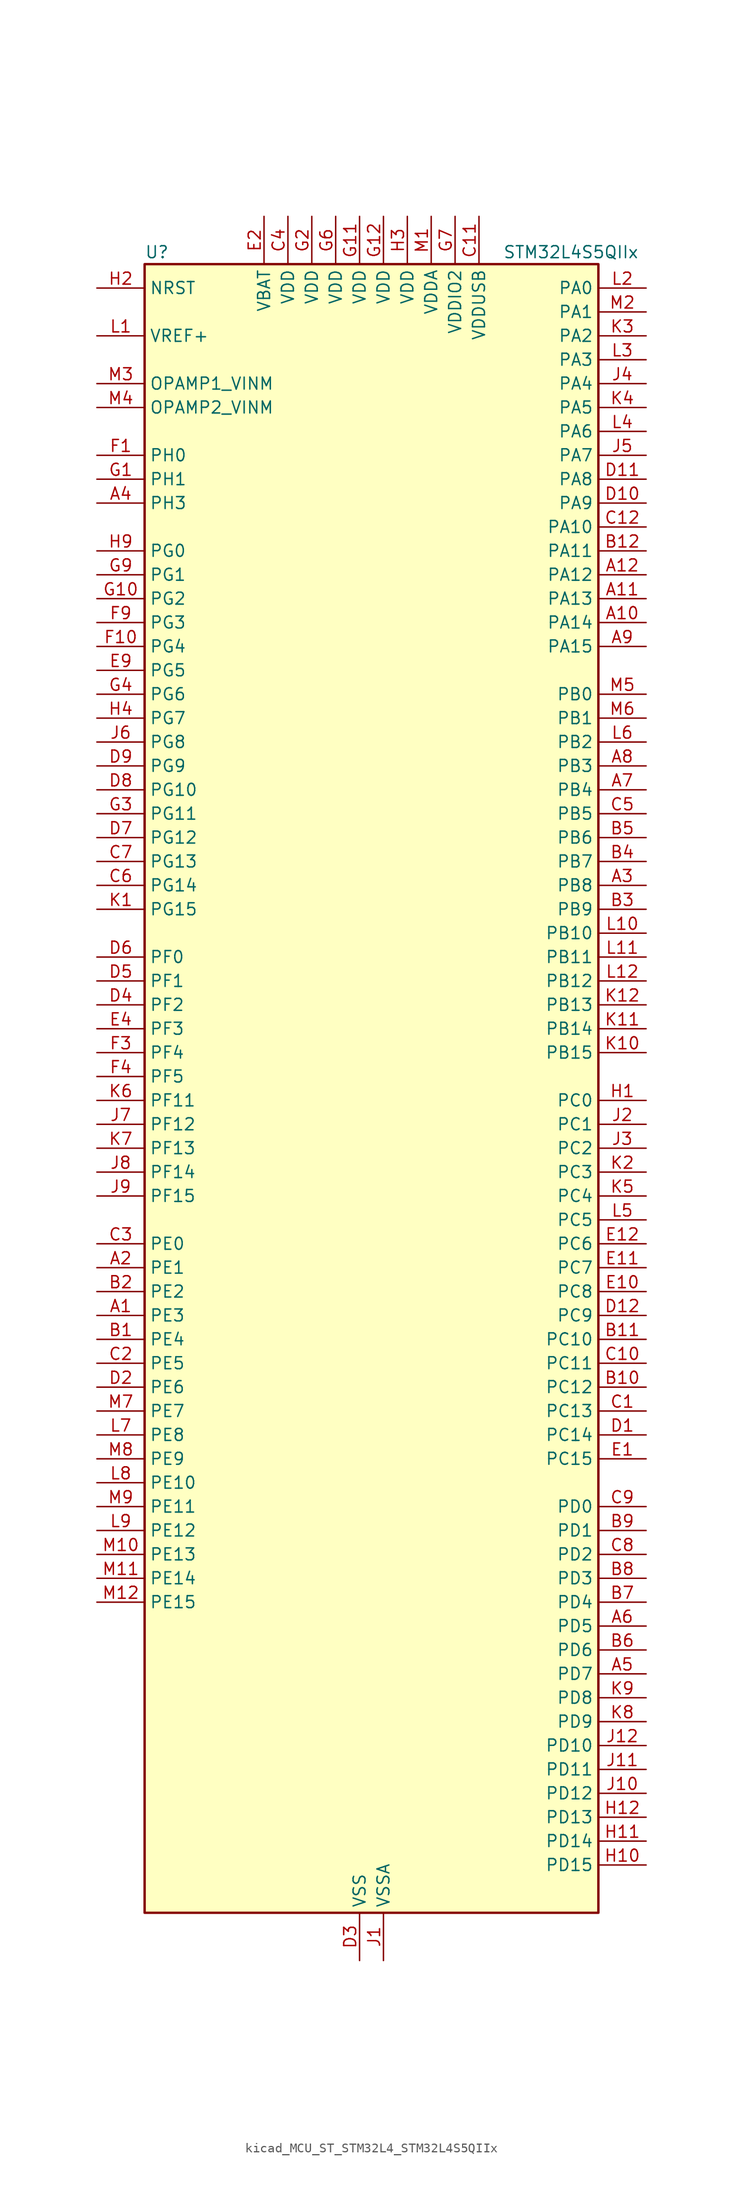
<source format=kicad_sym>
(kicad_symbol_lib
  (version 20220914)
  (generator kicad_symbol_editor)
  (symbol "kicad_MCU_ST_STM32L4_STM32L4S5QIIx"
    (property "Reference" "U"
      (at -22.86 90.17 0)
      (effects (font (size 1.27 1.27)) (justify left)))
    (property "Value" "STM32L4S5QIIx"
      (at 15.24 90.17 0)
      (effects (font (size 1.27 1.27)) (justify left)))
    (property "ki_locked" ""
      (at 0 0 0)
      (effects (font (size 1.27 1.27))))
    (symbol "kicad_MCU_ST_STM32L4_STM32L4S5QIIx_0_1"
      (rectangle (start -22.86 -86.36) (end 25.4 88.9) (stroke (width 0.254) (type default)) (fill (type background))))
    (symbol "kicad_MCU_ST_STM32L4_STM32L4S5QIIx_1_1"
      (pin bidirectional line (at -27.94 -22.86 0) (length 5.08) (name "PE3" (effects (font (size 1.27 1.27)))) (number "A1" (effects (font (size 1.27 1.27)))) (alternate "FMC_A19" bidirectional line) (alternate "OCTOSPIM_P1_DQS" bidirectional line) (alternate "SAI1_SD_B" bidirectional line) (alternate "SYS_TRACED0" bidirectional line) (alternate "TIM3_CH1" bidirectional line) (alternate "TSC_G7_IO2" bidirectional line))
      (pin bidirectional line (at 30.48 50.8 180) (length 5.08) (name "PA14" (effects (font (size 1.27 1.27)))) (number "A10" (effects (font (size 1.27 1.27)))) (alternate "I2C1_SMBA" bidirectional line) (alternate "I2C4_SMBA" bidirectional line) (alternate "LPTIM1_OUT" bidirectional line) (alternate "SAI1_FS_B" bidirectional line) (alternate "SYS_JTCK-SWCLK" bidirectional line) (alternate "USB_OTG_FS_SOF" bidirectional line))
      (pin bidirectional line (at 30.48 53.34 180) (length 5.08) (name "PA13" (effects (font (size 1.27 1.27)))) (number "A11" (effects (font (size 1.27 1.27)))) (alternate "IR_OUT" bidirectional line) (alternate "SAI1_SD_B" bidirectional line) (alternate "SYS_JTMS-SWDIO" bidirectional line) (alternate "USB_OTG_FS_NOE" bidirectional line))
      (pin bidirectional line (at 30.48 55.88 180) (length 5.08) (name "PA12" (effects (font (size 1.27 1.27)))) (number "A12" (effects (font (size 1.27 1.27)))) (alternate "CAN1_TX" bidirectional line) (alternate "SPI1_MOSI" bidirectional line) (alternate "TIM1_ETR" bidirectional line) (alternate "USART1_DE" bidirectional line) (alternate "USART1_RTS" bidirectional line) (alternate "USB_OTG_FS_DP" bidirectional line))
      (pin bidirectional line (at -27.94 -17.78 0) (length 5.08) (name "PE1" (effects (font (size 1.27 1.27)))) (number "A2" (effects (font (size 1.27 1.27)))) (alternate "DCMI_D3" bidirectional line) (alternate "FMC_NBL1" bidirectional line) (alternate "TIM17_CH1" bidirectional line))
      (pin bidirectional line (at 30.48 22.86 180) (length 5.08) (name "PB8" (effects (font (size 1.27 1.27)))) (number "A3" (effects (font (size 1.27 1.27)))) (alternate "CAN1_RX" bidirectional line) (alternate "DCMI_D6" bidirectional line) (alternate "DFSDM1_CKOUT" bidirectional line) (alternate "DFSDM1_DATIN6" bidirectional line) (alternate "I2C1_SCL" bidirectional line) (alternate "SAI1_CK1" bidirectional line) (alternate "SAI1_MCLK_A" bidirectional line) (alternate "SDMMC1_CKIN" bidirectional line) (alternate "SDMMC1_D4" bidirectional line) (alternate "TIM16_CH1" bidirectional line) (alternate "TIM4_CH3" bidirectional line))
      (pin bidirectional line (at -27.94 63.5 0) (length 5.08) (name "PH3" (effects (font (size 1.27 1.27)))) (number "A4" (effects (font (size 1.27 1.27)))))
      (pin bidirectional line (at 30.48 -60.96 180) (length 5.08) (name "PD7" (effects (font (size 1.27 1.27)))) (number "A5" (effects (font (size 1.27 1.27)))) (alternate "DFSDM1_CKIN1" bidirectional line) (alternate "FMC_NCE" bidirectional line) (alternate "FMC_NE1" bidirectional line) (alternate "OCTOSPIM_P1_IO7" bidirectional line) (alternate "USART2_CK" bidirectional line))
      (pin bidirectional line (at 30.48 -55.88 180) (length 5.08) (name "PD5" (effects (font (size 1.27 1.27)))) (number "A6" (effects (font (size 1.27 1.27)))) (alternate "FMC_NWE" bidirectional line) (alternate "OCTOSPIM_P1_IO5" bidirectional line) (alternate "USART2_TX" bidirectional line))
      (pin bidirectional line (at 30.48 33.02 180) (length 5.08) (name "PB4" (effects (font (size 1.27 1.27)))) (number "A7" (effects (font (size 1.27 1.27)))) (alternate "COMP2_INP" bidirectional line) (alternate "DCMI_D12" bidirectional line) (alternate "I2C3_SDA" bidirectional line) (alternate "SAI1_MCLK_B" bidirectional line) (alternate "SPI1_MISO" bidirectional line) (alternate "SPI3_MISO" bidirectional line) (alternate "SYS_JTRST" bidirectional line) (alternate "TIM17_BKIN" bidirectional line) (alternate "TIM3_CH1" bidirectional line) (alternate "TSC_G2_IO1" bidirectional line) (alternate "UART5_DE" bidirectional line) (alternate "UART5_RTS" bidirectional line) (alternate "USART1_CTS" bidirectional line) (alternate "USART1_NSS" bidirectional line))
      (pin bidirectional line (at 30.48 35.56 180) (length 5.08) (name "PB3" (effects (font (size 1.27 1.27)))) (number "A8" (effects (font (size 1.27 1.27)))) (alternate "COMP2_INM" bidirectional line) (alternate "CRS_SYNC" bidirectional line) (alternate "SAI1_SCK_B" bidirectional line) (alternate "SPI1_SCK" bidirectional line) (alternate "SPI3_SCK" bidirectional line) (alternate "SYS_JTDO-SWO" bidirectional line) (alternate "TIM2_CH2" bidirectional line) (alternate "USART1_DE" bidirectional line) (alternate "USART1_RTS" bidirectional line))
      (pin bidirectional line (at 30.48 48.26 180) (length 5.08) (name "PA15" (effects (font (size 1.27 1.27)))) (number "A9" (effects (font (size 1.27 1.27)))) (alternate "ADC1_EXTI15" bidirectional line) (alternate "SAI2_FS_B" bidirectional line) (alternate "SPI1_NSS" bidirectional line) (alternate "SPI3_NSS" bidirectional line) (alternate "SYS_JTDI" bidirectional line) (alternate "TIM2_CH1" bidirectional line) (alternate "TIM2_ETR" bidirectional line) (alternate "TSC_G3_IO1" bidirectional line) (alternate "UART4_DE" bidirectional line) (alternate "UART4_RTS" bidirectional line) (alternate "USART2_RX" bidirectional line) (alternate "USART3_DE" bidirectional line) (alternate "USART3_RTS" bidirectional line))
      (pin bidirectional line (at -27.94 -25.4 0) (length 5.08) (name "PE4" (effects (font (size 1.27 1.27)))) (number "B1" (effects (font (size 1.27 1.27)))) (alternate "DCMI_D4" bidirectional line) (alternate "DFSDM1_DATIN3" bidirectional line) (alternate "FMC_A20" bidirectional line) (alternate "SAI1_D2" bidirectional line) (alternate "SAI1_FS_A" bidirectional line) (alternate "SYS_TRACED1" bidirectional line) (alternate "TIM3_CH2" bidirectional line) (alternate "TSC_G7_IO3" bidirectional line))
      (pin bidirectional line (at 30.48 -30.48 180) (length 5.08) (name "PC12" (effects (font (size 1.27 1.27)))) (number "B10" (effects (font (size 1.27 1.27)))) (alternate "DCMI_D9" bidirectional line) (alternate "SAI2_SD_B" bidirectional line) (alternate "SDMMC1_CK" bidirectional line) (alternate "SPI3_MOSI" bidirectional line) (alternate "SYS_TRACED3" bidirectional line) (alternate "TSC_G3_IO4" bidirectional line) (alternate "UART5_TX" bidirectional line) (alternate "USART3_CK" bidirectional line))
      (pin bidirectional line (at 30.48 -25.4 180) (length 5.08) (name "PC10" (effects (font (size 1.27 1.27)))) (number "B11" (effects (font (size 1.27 1.27)))) (alternate "DCMI_D8" bidirectional line) (alternate "SAI2_SCK_B" bidirectional line) (alternate "SDMMC1_D2" bidirectional line) (alternate "SPI3_SCK" bidirectional line) (alternate "SYS_TRACED1" bidirectional line) (alternate "TSC_G3_IO2" bidirectional line) (alternate "UART4_TX" bidirectional line) (alternate "USART3_TX" bidirectional line))
      (pin bidirectional line (at 30.48 58.42 180) (length 5.08) (name "PA11" (effects (font (size 1.27 1.27)))) (number "B12" (effects (font (size 1.27 1.27)))) (alternate "ADC1_EXTI11" bidirectional line) (alternate "CAN1_RX" bidirectional line) (alternate "SPI1_MISO" bidirectional line) (alternate "TIM1_BKIN2" bidirectional line) (alternate "TIM1_CH4" bidirectional line) (alternate "USART1_CTS" bidirectional line) (alternate "USART1_NSS" bidirectional line) (alternate "USB_OTG_FS_DM" bidirectional line))
      (pin bidirectional line (at -27.94 -20.32 0) (length 5.08) (name "PE2" (effects (font (size 1.27 1.27)))) (number "B2" (effects (font (size 1.27 1.27)))) (alternate "FMC_A23" bidirectional line) (alternate "SAI1_CK1" bidirectional line) (alternate "SAI1_MCLK_A" bidirectional line) (alternate "SYS_TRACECLK" bidirectional line) (alternate "TIM3_ETR" bidirectional line) (alternate "TSC_G7_IO1" bidirectional line))
      (pin bidirectional line (at 30.48 20.32 180) (length 5.08) (name "PB9" (effects (font (size 1.27 1.27)))) (number "B3" (effects (font (size 1.27 1.27)))) (alternate "CAN1_TX" bidirectional line) (alternate "DAC1_EXTI9" bidirectional line) (alternate "DCMI_D7" bidirectional line) (alternate "DFSDM1_CKIN6" bidirectional line) (alternate "I2C1_SDA" bidirectional line) (alternate "IR_OUT" bidirectional line) (alternate "SAI1_D2" bidirectional line) (alternate "SAI1_FS_A" bidirectional line) (alternate "SDMMC1_CDIR" bidirectional line) (alternate "SDMMC1_D5" bidirectional line) (alternate "SPI2_NSS" bidirectional line) (alternate "TIM17_CH1" bidirectional line) (alternate "TIM4_CH4" bidirectional line))
      (pin bidirectional line (at 30.48 25.4 180) (length 5.08) (name "PB7" (effects (font (size 1.27 1.27)))) (number "B4" (effects (font (size 1.27 1.27)))) (alternate "COMP2_INM" bidirectional line) (alternate "DCMI_VSYNC" bidirectional line) (alternate "DFSDM1_CKIN5" bidirectional line) (alternate "FMC_NL" bidirectional line) (alternate "I2C1_SDA" bidirectional line) (alternate "I2C4_SDA" bidirectional line) (alternate "LPTIM1_IN2" bidirectional line) (alternate "SYS_PVD_IN" bidirectional line) (alternate "TIM17_CH1N" bidirectional line) (alternate "TIM4_CH2" bidirectional line) (alternate "TIM8_BKIN" bidirectional line) (alternate "TSC_G2_IO4" bidirectional line) (alternate "UART4_CTS" bidirectional line) (alternate "USART1_RX" bidirectional line))
      (pin bidirectional line (at 30.48 27.94 180) (length 5.08) (name "PB6" (effects (font (size 1.27 1.27)))) (number "B5" (effects (font (size 1.27 1.27)))) (alternate "COMP2_INP" bidirectional line) (alternate "DCMI_D5" bidirectional line) (alternate "DFSDM1_DATIN5" bidirectional line) (alternate "I2C1_SCL" bidirectional line) (alternate "I2C4_SCL" bidirectional line) (alternate "LPTIM1_ETR" bidirectional line) (alternate "SAI1_FS_B" bidirectional line) (alternate "TIM16_CH1N" bidirectional line) (alternate "TIM4_CH1" bidirectional line) (alternate "TIM8_BKIN2" bidirectional line) (alternate "TSC_G2_IO3" bidirectional line) (alternate "USART1_TX" bidirectional line))
      (pin bidirectional line (at 30.48 -58.42 180) (length 5.08) (name "PD6" (effects (font (size 1.27 1.27)))) (number "B6" (effects (font (size 1.27 1.27)))) (alternate "DCMI_D10" bidirectional line) (alternate "DFSDM1_DATIN1" bidirectional line) (alternate "FMC_NWAIT" bidirectional line) (alternate "OCTOSPIM_P1_IO6" bidirectional line) (alternate "SAI1_D1" bidirectional line) (alternate "SAI1_SD_A" bidirectional line) (alternate "SPI3_MOSI" bidirectional line) (alternate "USART2_RX" bidirectional line))
      (pin bidirectional line (at 30.48 -53.34 180) (length 5.08) (name "PD4" (effects (font (size 1.27 1.27)))) (number "B7" (effects (font (size 1.27 1.27)))) (alternate "DFSDM1_CKIN0" bidirectional line) (alternate "FMC_NOE" bidirectional line) (alternate "OCTOSPIM_P1_IO4" bidirectional line) (alternate "SPI2_MOSI" bidirectional line) (alternate "USART2_DE" bidirectional line) (alternate "USART2_RTS" bidirectional line))
      (pin bidirectional line (at 30.48 -50.8 180) (length 5.08) (name "PD3" (effects (font (size 1.27 1.27)))) (number "B8" (effects (font (size 1.27 1.27)))) (alternate "DCMI_D5" bidirectional line) (alternate "DFSDM1_DATIN0" bidirectional line) (alternate "FMC_CLK" bidirectional line) (alternate "OCTOSPIM_P2_NCS" bidirectional line) (alternate "SPI2_MISO" bidirectional line) (alternate "SPI2_SCK" bidirectional line) (alternate "USART2_CTS" bidirectional line) (alternate "USART2_NSS" bidirectional line))
      (pin bidirectional line (at 30.48 -45.72 180) (length 5.08) (name "PD1" (effects (font (size 1.27 1.27)))) (number "B9" (effects (font (size 1.27 1.27)))) (alternate "CAN1_TX" bidirectional line) (alternate "DFSDM1_CKIN7" bidirectional line) (alternate "FMC_D3" bidirectional line) (alternate "FMC_DA3" bidirectional line) (alternate "SPI2_SCK" bidirectional line))
      (pin bidirectional line (at 30.48 -33.02 180) (length 5.08) (name "PC13" (effects (font (size 1.27 1.27)))) (number "C1" (effects (font (size 1.27 1.27)))) (alternate "RTC_OUT_ALARM" bidirectional line) (alternate "RTC_OUT_CALIB" bidirectional line) (alternate "RTC_TAMP1" bidirectional line) (alternate "RTC_TS" bidirectional line) (alternate "SYS_WKUP2" bidirectional line))
      (pin bidirectional line (at 30.48 -27.94 180) (length 5.08) (name "PC11" (effects (font (size 1.27 1.27)))) (number "C10" (effects (font (size 1.27 1.27)))) (alternate "ADC1_EXTI11" bidirectional line) (alternate "DCMI_D2" bidirectional line) (alternate "DCMI_D4" bidirectional line) (alternate "OCTOSPIM_P1_NCS" bidirectional line) (alternate "SAI2_MCLK_B" bidirectional line) (alternate "SDMMC1_D3" bidirectional line) (alternate "SPI3_MISO" bidirectional line) (alternate "TSC_G3_IO3" bidirectional line) (alternate "UART4_RX" bidirectional line) (alternate "USART3_RX" bidirectional line))
      (pin power_in line (at 12.7 93.98 270) (length 5.08) (name "VDDUSB" (effects (font (size 1.27 1.27)))) (number "C11" (effects (font (size 1.27 1.27)))))
      (pin bidirectional line (at 30.48 60.96 180) (length 5.08) (name "PA10" (effects (font (size 1.27 1.27)))) (number "C12" (effects (font (size 1.27 1.27)))) (alternate "DCMI_D1" bidirectional line) (alternate "SAI1_D1" bidirectional line) (alternate "SAI1_SD_A" bidirectional line) (alternate "TIM17_BKIN" bidirectional line) (alternate "TIM1_CH3" bidirectional line) (alternate "USART1_RX" bidirectional line) (alternate "USB_OTG_FS_ID" bidirectional line))
      (pin bidirectional line (at -27.94 -27.94 0) (length 5.08) (name "PE5" (effects (font (size 1.27 1.27)))) (number "C2" (effects (font (size 1.27 1.27)))) (alternate "DCMI_D6" bidirectional line) (alternate "DFSDM1_CKIN3" bidirectional line) (alternate "FMC_A21" bidirectional line) (alternate "SAI1_CK2" bidirectional line) (alternate "SAI1_SCK_A" bidirectional line) (alternate "SYS_TRACED2" bidirectional line) (alternate "TIM3_CH3" bidirectional line) (alternate "TSC_G7_IO4" bidirectional line))
      (pin bidirectional line (at -27.94 -15.24 0) (length 5.08) (name "PE0" (effects (font (size 1.27 1.27)))) (number "C3" (effects (font (size 1.27 1.27)))) (alternate "DCMI_D2" bidirectional line) (alternate "FMC_NBL0" bidirectional line) (alternate "TIM16_CH1" bidirectional line) (alternate "TIM4_ETR" bidirectional line))
      (pin power_in line (at -7.62 93.98 270) (length 5.08) (name "VDD" (effects (font (size 1.27 1.27)))) (number "C4" (effects (font (size 1.27 1.27)))))
      (pin bidirectional line (at 30.48 30.48 180) (length 5.08) (name "PB5" (effects (font (size 1.27 1.27)))) (number "C5" (effects (font (size 1.27 1.27)))) (alternate "COMP2_OUT" bidirectional line) (alternate "DCMI_D10" bidirectional line) (alternate "I2C1_SMBA" bidirectional line) (alternate "LPTIM1_IN1" bidirectional line) (alternate "SAI1_SD_B" bidirectional line) (alternate "SPI1_MOSI" bidirectional line) (alternate "SPI3_MOSI" bidirectional line) (alternate "TIM16_BKIN" bidirectional line) (alternate "TIM3_CH2" bidirectional line) (alternate "TSC_G2_IO2" bidirectional line) (alternate "UART5_CTS" bidirectional line) (alternate "USART1_CK" bidirectional line))
      (pin bidirectional line (at -27.94 22.86 0) (length 5.08) (name "PG14" (effects (font (size 1.27 1.27)))) (number "C6" (effects (font (size 1.27 1.27)))) (alternate "FMC_A25" bidirectional line) (alternate "I2C1_SCL" bidirectional line))
      (pin bidirectional line (at -27.94 25.4 0) (length 5.08) (name "PG13" (effects (font (size 1.27 1.27)))) (number "C7" (effects (font (size 1.27 1.27)))) (alternate "FMC_A24" bidirectional line) (alternate "I2C1_SDA" bidirectional line) (alternate "USART1_CK" bidirectional line))
      (pin bidirectional line (at 30.48 -48.26 180) (length 5.08) (name "PD2" (effects (font (size 1.27 1.27)))) (number "C8" (effects (font (size 1.27 1.27)))) (alternate "DCMI_D11" bidirectional line) (alternate "SDMMC1_CMD" bidirectional line) (alternate "SYS_TRACED2" bidirectional line) (alternate "TIM3_ETR" bidirectional line) (alternate "TSC_SYNC" bidirectional line) (alternate "UART5_RX" bidirectional line) (alternate "USART3_DE" bidirectional line) (alternate "USART3_RTS" bidirectional line))
      (pin bidirectional line (at 30.48 -43.18 180) (length 5.08) (name "PD0" (effects (font (size 1.27 1.27)))) (number "C9" (effects (font (size 1.27 1.27)))) (alternate "CAN1_RX" bidirectional line) (alternate "DFSDM1_DATIN7" bidirectional line) (alternate "FMC_D2" bidirectional line) (alternate "FMC_DA2" bidirectional line) (alternate "SPI2_NSS" bidirectional line))
      (pin bidirectional line (at 30.48 -35.56 180) (length 5.08) (name "PC14" (effects (font (size 1.27 1.27)))) (number "D1" (effects (font (size 1.27 1.27)))) (alternate "RCC_OSC32_IN" bidirectional line))
      (pin bidirectional line (at 30.48 63.5 180) (length 5.08) (name "PA9" (effects (font (size 1.27 1.27)))) (number "D10" (effects (font (size 1.27 1.27)))) (alternate "DAC1_EXTI9" bidirectional line) (alternate "DCMI_D0" bidirectional line) (alternate "SAI1_FS_A" bidirectional line) (alternate "SPI2_SCK" bidirectional line) (alternate "TIM15_BKIN" bidirectional line) (alternate "TIM1_CH2" bidirectional line) (alternate "USART1_TX" bidirectional line) (alternate "USB_OTG_FS_VBUS" bidirectional line))
      (pin bidirectional line (at 30.48 66.04 180) (length 5.08) (name "PA8" (effects (font (size 1.27 1.27)))) (number "D11" (effects (font (size 1.27 1.27)))) (alternate "LPTIM2_OUT" bidirectional line) (alternate "RCC_MCO" bidirectional line) (alternate "SAI1_CK2" bidirectional line) (alternate "SAI1_SCK_A" bidirectional line) (alternate "TIM1_CH1" bidirectional line) (alternate "USART1_CK" bidirectional line) (alternate "USB_OTG_FS_SOF" bidirectional line))
      (pin bidirectional line (at 30.48 -22.86 180) (length 5.08) (name "PC9" (effects (font (size 1.27 1.27)))) (number "D12" (effects (font (size 1.27 1.27)))) (alternate "DAC1_EXTI9" bidirectional line) (alternate "DCMI_D3" bidirectional line) (alternate "I2C3_SDA" bidirectional line) (alternate "SAI2_EXTCLK" bidirectional line) (alternate "SDMMC1_D1" bidirectional line) (alternate "SYS_TRACED0" bidirectional line) (alternate "TIM3_CH4" bidirectional line) (alternate "TIM8_BKIN2" bidirectional line) (alternate "TIM8_CH4" bidirectional line) (alternate "TSC_G4_IO4" bidirectional line) (alternate "USB_OTG_FS_NOE" bidirectional line))
      (pin bidirectional line (at -27.94 -30.48 0) (length 5.08) (name "PE6" (effects (font (size 1.27 1.27)))) (number "D2" (effects (font (size 1.27 1.27)))) (alternate "DCMI_D7" bidirectional line) (alternate "FMC_A22" bidirectional line) (alternate "RTC_TAMP3" bidirectional line) (alternate "SAI1_D1" bidirectional line) (alternate "SAI1_SD_A" bidirectional line) (alternate "SYS_TRACED3" bidirectional line) (alternate "SYS_WKUP3" bidirectional line) (alternate "TIM3_CH4" bidirectional line))
      (pin power_in line (at 0 -91.44 90) (length 5.08) (name "VSS" (effects (font (size 1.27 1.27)))) (number "D3" (effects (font (size 1.27 1.27)))))
      (pin bidirectional line (at -27.94 10.16 0) (length 5.08) (name "PF2" (effects (font (size 1.27 1.27)))) (number "D4" (effects (font (size 1.27 1.27)))) (alternate "FMC_A2" bidirectional line) (alternate "I2C2_SMBA" bidirectional line) (alternate "OCTOSPIM_P2_IO2" bidirectional line))
      (pin bidirectional line (at -27.94 12.7 0) (length 5.08) (name "PF1" (effects (font (size 1.27 1.27)))) (number "D5" (effects (font (size 1.27 1.27)))) (alternate "FMC_A1" bidirectional line) (alternate "I2C2_SCL" bidirectional line) (alternate "OCTOSPIM_P2_IO1" bidirectional line))
      (pin bidirectional line (at -27.94 15.24 0) (length 5.08) (name "PF0" (effects (font (size 1.27 1.27)))) (number "D6" (effects (font (size 1.27 1.27)))) (alternate "FMC_A0" bidirectional line) (alternate "I2C2_SDA" bidirectional line) (alternate "OCTOSPIM_P2_IO0" bidirectional line))
      (pin bidirectional line (at -27.94 27.94 0) (length 5.08) (name "PG12" (effects (font (size 1.27 1.27)))) (number "D7" (effects (font (size 1.27 1.27)))) (alternate "FMC_NE4" bidirectional line) (alternate "LPTIM1_ETR" bidirectional line) (alternate "OCTOSPIM_P2_NCS" bidirectional line) (alternate "SAI2_SD_A" bidirectional line) (alternate "SPI3_NSS" bidirectional line) (alternate "USART1_DE" bidirectional line) (alternate "USART1_RTS" bidirectional line))
      (pin bidirectional line (at -27.94 33.02 0) (length 5.08) (name "PG10" (effects (font (size 1.27 1.27)))) (number "D8" (effects (font (size 1.27 1.27)))) (alternate "FMC_NE3" bidirectional line) (alternate "LPTIM1_IN1" bidirectional line) (alternate "OCTOSPIM_P2_IO7" bidirectional line) (alternate "SAI2_FS_A" bidirectional line) (alternate "SPI3_MISO" bidirectional line) (alternate "TIM15_CH1" bidirectional line) (alternate "USART1_RX" bidirectional line))
      (pin bidirectional line (at -27.94 35.56 0) (length 5.08) (name "PG9" (effects (font (size 1.27 1.27)))) (number "D9" (effects (font (size 1.27 1.27)))) (alternate "DAC1_EXTI9" bidirectional line) (alternate "FMC_NCE" bidirectional line) (alternate "FMC_NE2" bidirectional line) (alternate "OCTOSPIM_P2_IO6" bidirectional line) (alternate "SAI2_SCK_A" bidirectional line) (alternate "SPI3_SCK" bidirectional line) (alternate "TIM15_CH1N" bidirectional line) (alternate "USART1_TX" bidirectional line))
      (pin bidirectional line (at 30.48 -38.1 180) (length 5.08) (name "PC15" (effects (font (size 1.27 1.27)))) (number "E1" (effects (font (size 1.27 1.27)))) (alternate "ADC1_EXTI15" bidirectional line) (alternate "RCC_OSC32_OUT" bidirectional line))
      (pin bidirectional line (at 30.48 -20.32 180) (length 5.08) (name "PC8" (effects (font (size 1.27 1.27)))) (number "E10" (effects (font (size 1.27 1.27)))) (alternate "DCMI_D2" bidirectional line) (alternate "SDMMC1_D0" bidirectional line) (alternate "TIM3_CH3" bidirectional line) (alternate "TIM8_CH3" bidirectional line) (alternate "TSC_G4_IO3" bidirectional line))
      (pin bidirectional line (at 30.48 -17.78 180) (length 5.08) (name "PC7" (effects (font (size 1.27 1.27)))) (number "E11" (effects (font (size 1.27 1.27)))) (alternate "DCMI_D1" bidirectional line) (alternate "DFSDM1_DATIN3" bidirectional line) (alternate "SAI2_MCLK_B" bidirectional line) (alternate "SDMMC1_D123DIR" bidirectional line) (alternate "SDMMC1_D7" bidirectional line) (alternate "TIM3_CH2" bidirectional line) (alternate "TIM8_CH2" bidirectional line) (alternate "TSC_G4_IO2" bidirectional line))
      (pin bidirectional line (at 30.48 -15.24 180) (length 5.08) (name "PC6" (effects (font (size 1.27 1.27)))) (number "E12" (effects (font (size 1.27 1.27)))) (alternate "DCMI_D0" bidirectional line) (alternate "DFSDM1_CKIN3" bidirectional line) (alternate "SAI2_MCLK_A" bidirectional line) (alternate "SDMMC1_D0DIR" bidirectional line) (alternate "SDMMC1_D6" bidirectional line) (alternate "TIM3_CH1" bidirectional line) (alternate "TIM8_CH1" bidirectional line) (alternate "TSC_G4_IO1" bidirectional line))
      (pin power_in line (at -10.16 93.98 270) (length 5.08) (name "VBAT" (effects (font (size 1.27 1.27)))) (number "E2" (effects (font (size 1.27 1.27)))))
      (pin passive line (at 0 -91.44 90) (length 5.08) hide (name "VSS" (effects (font (size 1.27 1.27)))) (number "E3" (effects (font (size 1.27 1.27)))))
      (pin bidirectional line (at -27.94 7.62 0) (length 5.08) (name "PF3" (effects (font (size 1.27 1.27)))) (number "E4" (effects (font (size 1.27 1.27)))) (alternate "FMC_A3" bidirectional line) (alternate "OCTOSPIM_P2_IO3" bidirectional line))
      (pin bidirectional line (at -27.94 45.72 0) (length 5.08) (name "PG5" (effects (font (size 1.27 1.27)))) (number "E9" (effects (font (size 1.27 1.27)))) (alternate "FMC_A15" bidirectional line) (alternate "LPUART1_CTS" bidirectional line) (alternate "SAI2_SD_B" bidirectional line) (alternate "SPI1_NSS" bidirectional line))
      (pin bidirectional line (at -27.94 68.58 0) (length 5.08) (name "PH0" (effects (font (size 1.27 1.27)))) (number "F1" (effects (font (size 1.27 1.27)))) (alternate "RCC_OSC_IN" bidirectional line))
      (pin bidirectional line (at -27.94 48.26 0) (length 5.08) (name "PG4" (effects (font (size 1.27 1.27)))) (number "F10" (effects (font (size 1.27 1.27)))) (alternate "FMC_A14" bidirectional line) (alternate "SAI2_MCLK_B" bidirectional line) (alternate "SPI1_MOSI" bidirectional line))
      (pin passive line (at 0 -91.44 90) (length 5.08) hide (name "VSS" (effects (font (size 1.27 1.27)))) (number "F11" (effects (font (size 1.27 1.27)))))
      (pin passive line (at 0 -91.44 90) (length 5.08) hide (name "VSS" (effects (font (size 1.27 1.27)))) (number "F12" (effects (font (size 1.27 1.27)))))
      (pin passive line (at 0 -91.44 90) (length 5.08) hide (name "VSS" (effects (font (size 1.27 1.27)))) (number "F2" (effects (font (size 1.27 1.27)))))
      (pin bidirectional line (at -27.94 5.08 0) (length 5.08) (name "PF4" (effects (font (size 1.27 1.27)))) (number "F3" (effects (font (size 1.27 1.27)))) (alternate "FMC_A4" bidirectional line) (alternate "OCTOSPIM_P2_CLK" bidirectional line))
      (pin bidirectional line (at -27.94 2.54 0) (length 5.08) (name "PF5" (effects (font (size 1.27 1.27)))) (number "F4" (effects (font (size 1.27 1.27)))) (alternate "FMC_A5" bidirectional line))
      (pin passive line (at 0 -91.44 90) (length 5.08) hide (name "VSS" (effects (font (size 1.27 1.27)))) (number "F6" (effects (font (size 1.27 1.27)))))
      (pin passive line (at 0 -91.44 90) (length 5.08) hide (name "VSS" (effects (font (size 1.27 1.27)))) (number "F7" (effects (font (size 1.27 1.27)))))
      (pin bidirectional line (at -27.94 50.8 0) (length 5.08) (name "PG3" (effects (font (size 1.27 1.27)))) (number "F9" (effects (font (size 1.27 1.27)))) (alternate "FMC_A13" bidirectional line) (alternate "SAI2_FS_B" bidirectional line) (alternate "SPI1_MISO" bidirectional line))
      (pin bidirectional line (at -27.94 66.04 0) (length 5.08) (name "PH1" (effects (font (size 1.27 1.27)))) (number "G1" (effects (font (size 1.27 1.27)))) (alternate "RCC_OSC_OUT" bidirectional line))
      (pin bidirectional line (at -27.94 53.34 0) (length 5.08) (name "PG2" (effects (font (size 1.27 1.27)))) (number "G10" (effects (font (size 1.27 1.27)))) (alternate "FMC_A12" bidirectional line) (alternate "SAI2_SCK_B" bidirectional line) (alternate "SPI1_SCK" bidirectional line))
      (pin power_in line (at 0 93.98 270) (length 5.08) (name "VDD" (effects (font (size 1.27 1.27)))) (number "G11" (effects (font (size 1.27 1.27)))))
      (pin power_in line (at 2.54 93.98 270) (length 5.08) (name "VDD" (effects (font (size 1.27 1.27)))) (number "G12" (effects (font (size 1.27 1.27)))))
      (pin power_in line (at -5.08 93.98 270) (length 5.08) (name "VDD" (effects (font (size 1.27 1.27)))) (number "G2" (effects (font (size 1.27 1.27)))))
      (pin bidirectional line (at -27.94 30.48 0) (length 5.08) (name "PG11" (effects (font (size 1.27 1.27)))) (number "G3" (effects (font (size 1.27 1.27)))) (alternate "ADC1_EXTI11" bidirectional line) (alternate "LPTIM1_IN2" bidirectional line) (alternate "OCTOSPIM_P1_IO5" bidirectional line) (alternate "SAI2_MCLK_A" bidirectional line) (alternate "SPI3_MOSI" bidirectional line) (alternate "TIM15_CH2" bidirectional line) (alternate "USART1_CTS" bidirectional line) (alternate "USART1_NSS" bidirectional line))
      (pin bidirectional line (at -27.94 43.18 0) (length 5.08) (name "PG6" (effects (font (size 1.27 1.27)))) (number "G4" (effects (font (size 1.27 1.27)))) (alternate "I2C3_SMBA" bidirectional line) (alternate "LPUART1_DE" bidirectional line) (alternate "LPUART1_RTS" bidirectional line) (alternate "OCTOSPIM_P1_DQS" bidirectional line))
      (pin power_in line (at -2.54 93.98 270) (length 5.08) (name "VDD" (effects (font (size 1.27 1.27)))) (number "G6" (effects (font (size 1.27 1.27)))))
      (pin power_in line (at 10.16 93.98 270) (length 5.08) (name "VDDIO2" (effects (font (size 1.27 1.27)))) (number "G7" (effects (font (size 1.27 1.27)))))
      (pin bidirectional line (at -27.94 55.88 0) (length 5.08) (name "PG1" (effects (font (size 1.27 1.27)))) (number "G9" (effects (font (size 1.27 1.27)))) (alternate "FMC_A11" bidirectional line) (alternate "OCTOSPIM_P2_IO5" bidirectional line) (alternate "TSC_G8_IO4" bidirectional line))
      (pin bidirectional line (at 30.48 0 180) (length 5.08) (name "PC0" (effects (font (size 1.27 1.27)))) (number "H1" (effects (font (size 1.27 1.27)))) (alternate "ADC1_IN1" bidirectional line) (alternate "DFSDM1_DATIN4" bidirectional line) (alternate "I2C3_SCL" bidirectional line) (alternate "LPTIM1_IN1" bidirectional line) (alternate "LPTIM2_IN1" bidirectional line) (alternate "LPUART1_RX" bidirectional line) (alternate "SAI2_FS_A" bidirectional line))
      (pin bidirectional line (at 30.48 -81.28 180) (length 5.08) (name "PD15" (effects (font (size 1.27 1.27)))) (number "H10" (effects (font (size 1.27 1.27)))) (alternate "ADC1_EXTI15" bidirectional line) (alternate "FMC_D1" bidirectional line) (alternate "FMC_DA1" bidirectional line) (alternate "TIM4_CH4" bidirectional line))
      (pin bidirectional line (at 30.48 -78.74 180) (length 5.08) (name "PD14" (effects (font (size 1.27 1.27)))) (number "H11" (effects (font (size 1.27 1.27)))) (alternate "FMC_D0" bidirectional line) (alternate "FMC_DA0" bidirectional line) (alternate "TIM4_CH3" bidirectional line))
      (pin bidirectional line (at 30.48 -76.2 180) (length 5.08) (name "PD13" (effects (font (size 1.27 1.27)))) (number "H12" (effects (font (size 1.27 1.27)))) (alternate "FMC_A18" bidirectional line) (alternate "I2C4_SDA" bidirectional line) (alternate "LPTIM2_OUT" bidirectional line) (alternate "TIM4_CH2" bidirectional line) (alternate "TSC_G6_IO4" bidirectional line))
      (pin input line (at -27.94 86.36 0) (length 5.08) (name "NRST" (effects (font (size 1.27 1.27)))) (number "H2" (effects (font (size 1.27 1.27)))))
      (pin power_in line (at 5.08 93.98 270) (length 5.08) (name "VDD" (effects (font (size 1.27 1.27)))) (number "H3" (effects (font (size 1.27 1.27)))))
      (pin bidirectional line (at -27.94 40.64 0) (length 5.08) (name "PG7" (effects (font (size 1.27 1.27)))) (number "H4" (effects (font (size 1.27 1.27)))) (alternate "DFSDM1_CKOUT" bidirectional line) (alternate "FMC_INT" bidirectional line) (alternate "I2C3_SCL" bidirectional line) (alternate "LPUART1_TX" bidirectional line) (alternate "OCTOSPIM_P2_DQS" bidirectional line) (alternate "SAI1_CK1" bidirectional line) (alternate "SAI1_MCLK_A" bidirectional line))
      (pin bidirectional line (at -27.94 58.42 0) (length 5.08) (name "PG0" (effects (font (size 1.27 1.27)))) (number "H9" (effects (font (size 1.27 1.27)))) (alternate "FMC_A10" bidirectional line) (alternate "OCTOSPIM_P2_IO4" bidirectional line) (alternate "TSC_G8_IO3" bidirectional line))
      (pin power_in line (at 2.54 -91.44 90) (length 5.08) (name "VSSA" (effects (font (size 1.27 1.27)))) (number "J1" (effects (font (size 1.27 1.27)))))
      (pin bidirectional line (at 30.48 -73.66 180) (length 5.08) (name "PD12" (effects (font (size 1.27 1.27)))) (number "J10" (effects (font (size 1.27 1.27)))) (alternate "FMC_A17" bidirectional line) (alternate "FMC_ALE" bidirectional line) (alternate "I2C4_SCL" bidirectional line) (alternate "LPTIM2_IN1" bidirectional line) (alternate "SAI2_FS_A" bidirectional line) (alternate "TIM4_CH1" bidirectional line) (alternate "TSC_G6_IO3" bidirectional line) (alternate "USART3_DE" bidirectional line) (alternate "USART3_RTS" bidirectional line))
      (pin bidirectional line (at 30.48 -71.12 180) (length 5.08) (name "PD11" (effects (font (size 1.27 1.27)))) (number "J11" (effects (font (size 1.27 1.27)))) (alternate "ADC1_EXTI11" bidirectional line) (alternate "FMC_A16" bidirectional line) (alternate "FMC_CLE" bidirectional line) (alternate "I2C4_SMBA" bidirectional line) (alternate "LPTIM2_ETR" bidirectional line) (alternate "SAI2_SD_A" bidirectional line) (alternate "TSC_G6_IO2" bidirectional line) (alternate "USART3_CTS" bidirectional line) (alternate "USART3_NSS" bidirectional line))
      (pin bidirectional line (at 30.48 -68.58 180) (length 5.08) (name "PD10" (effects (font (size 1.27 1.27)))) (number "J12" (effects (font (size 1.27 1.27)))) (alternate "FMC_D15" bidirectional line) (alternate "FMC_DA15" bidirectional line) (alternate "SAI2_SCK_A" bidirectional line) (alternate "TSC_G6_IO1" bidirectional line) (alternate "USART3_CK" bidirectional line))
      (pin bidirectional line (at 30.48 -2.54 180) (length 5.08) (name "PC1" (effects (font (size 1.27 1.27)))) (number "J2" (effects (font (size 1.27 1.27)))) (alternate "ADC1_IN2" bidirectional line) (alternate "DFSDM1_CKIN4" bidirectional line) (alternate "I2C3_SDA" bidirectional line) (alternate "LPTIM1_OUT" bidirectional line) (alternate "LPUART1_TX" bidirectional line) (alternate "OCTOSPIM_P1_IO4" bidirectional line) (alternate "SAI1_SD_A" bidirectional line) (alternate "SPI2_MOSI" bidirectional line) (alternate "SYS_TRACED0" bidirectional line))
      (pin bidirectional line (at 30.48 -5.08 180) (length 5.08) (name "PC2" (effects (font (size 1.27 1.27)))) (number "J3" (effects (font (size 1.27 1.27)))) (alternate "ADC1_IN3" bidirectional line) (alternate "DFSDM1_CKOUT" bidirectional line) (alternate "LPTIM1_IN2" bidirectional line) (alternate "OCTOSPIM_P1_IO5" bidirectional line) (alternate "SPI2_MISO" bidirectional line))
      (pin bidirectional line (at 30.48 76.2 180) (length 5.08) (name "PA4" (effects (font (size 1.27 1.27)))) (number "J4" (effects (font (size 1.27 1.27)))) (alternate "ADC1_IN9" bidirectional line) (alternate "DAC1_OUT1" bidirectional line) (alternate "DCMI_HSYNC" bidirectional line) (alternate "LPTIM2_OUT" bidirectional line) (alternate "OCTOSPIM_P1_NCS" bidirectional line) (alternate "SAI1_FS_B" bidirectional line) (alternate "SPI1_NSS" bidirectional line) (alternate "SPI3_NSS" bidirectional line) (alternate "USART2_CK" bidirectional line))
      (pin bidirectional line (at 30.48 68.58 180) (length 5.08) (name "PA7" (effects (font (size 1.27 1.27)))) (number "J5" (effects (font (size 1.27 1.27)))) (alternate "ADC1_IN12" bidirectional line) (alternate "I2C3_SCL" bidirectional line) (alternate "OCTOSPIM_P1_IO2" bidirectional line) (alternate "OPAMP2_VINM" bidirectional line) (alternate "SPI1_MOSI" bidirectional line) (alternate "TIM17_CH1" bidirectional line) (alternate "TIM1_CH1N" bidirectional line) (alternate "TIM3_CH2" bidirectional line) (alternate "TIM8_CH1N" bidirectional line))
      (pin bidirectional line (at -27.94 38.1 0) (length 5.08) (name "PG8" (effects (font (size 1.27 1.27)))) (number "J6" (effects (font (size 1.27 1.27)))) (alternate "I2C3_SDA" bidirectional line) (alternate "LPUART1_RX" bidirectional line))
      (pin bidirectional line (at -27.94 -2.54 0) (length 5.08) (name "PF12" (effects (font (size 1.27 1.27)))) (number "J7" (effects (font (size 1.27 1.27)))) (alternate "FMC_A6" bidirectional line) (alternate "OCTOSPIM_P2_DQS" bidirectional line))
      (pin bidirectional line (at -27.94 -7.62 0) (length 5.08) (name "PF14" (effects (font (size 1.27 1.27)))) (number "J8" (effects (font (size 1.27 1.27)))) (alternate "DFSDM1_CKIN6" bidirectional line) (alternate "FMC_A8" bidirectional line) (alternate "I2C4_SCL" bidirectional line) (alternate "TSC_G8_IO1" bidirectional line))
      (pin bidirectional line (at -27.94 -10.16 0) (length 5.08) (name "PF15" (effects (font (size 1.27 1.27)))) (number "J9" (effects (font (size 1.27 1.27)))) (alternate "ADC1_EXTI15" bidirectional line) (alternate "FMC_A9" bidirectional line) (alternate "I2C4_SDA" bidirectional line) (alternate "TSC_G8_IO2" bidirectional line))
      (pin bidirectional line (at -27.94 20.32 0) (length 5.08) (name "PG15" (effects (font (size 1.27 1.27)))) (number "K1" (effects (font (size 1.27 1.27)))) (alternate "ADC1_EXTI15" bidirectional line) (alternate "DCMI_D13" bidirectional line) (alternate "I2C1_SMBA" bidirectional line) (alternate "LPTIM1_OUT" bidirectional line) (alternate "OCTOSPIM_P2_DQS" bidirectional line))
      (pin bidirectional line (at 30.48 5.08 180) (length 5.08) (name "PB15" (effects (font (size 1.27 1.27)))) (number "K10" (effects (font (size 1.27 1.27)))) (alternate "ADC1_EXTI15" bidirectional line) (alternate "DFSDM1_CKIN2" bidirectional line) (alternate "RTC_REFIN" bidirectional line) (alternate "SAI2_SD_A" bidirectional line) (alternate "SPI2_MOSI" bidirectional line) (alternate "TIM15_CH2" bidirectional line) (alternate "TIM1_CH3N" bidirectional line) (alternate "TIM8_CH3N" bidirectional line) (alternate "TSC_G1_IO4" bidirectional line))
      (pin bidirectional line (at 30.48 7.62 180) (length 5.08) (name "PB14" (effects (font (size 1.27 1.27)))) (number "K11" (effects (font (size 1.27 1.27)))) (alternate "DFSDM1_DATIN2" bidirectional line) (alternate "I2C2_SDA" bidirectional line) (alternate "SAI2_MCLK_A" bidirectional line) (alternate "SPI2_MISO" bidirectional line) (alternate "TIM15_CH1" bidirectional line) (alternate "TIM1_CH2N" bidirectional line) (alternate "TIM8_CH2N" bidirectional line) (alternate "TSC_G1_IO3" bidirectional line) (alternate "USART3_DE" bidirectional line) (alternate "USART3_RTS" bidirectional line))
      (pin bidirectional line (at 30.48 10.16 180) (length 5.08) (name "PB13" (effects (font (size 1.27 1.27)))) (number "K12" (effects (font (size 1.27 1.27)))) (alternate "DFSDM1_CKIN1" bidirectional line) (alternate "I2C2_SCL" bidirectional line) (alternate "LPUART1_CTS" bidirectional line) (alternate "SAI2_SCK_A" bidirectional line) (alternate "SPI2_SCK" bidirectional line) (alternate "TIM15_CH1N" bidirectional line) (alternate "TIM1_CH1N" bidirectional line) (alternate "TSC_G1_IO2" bidirectional line) (alternate "USART3_CTS" bidirectional line) (alternate "USART3_NSS" bidirectional line))
      (pin bidirectional line (at 30.48 -7.62 180) (length 5.08) (name "PC3" (effects (font (size 1.27 1.27)))) (number "K2" (effects (font (size 1.27 1.27)))) (alternate "ADC1_IN4" bidirectional line) (alternate "LPTIM1_ETR" bidirectional line) (alternate "LPTIM2_ETR" bidirectional line) (alternate "OCTOSPIM_P1_IO6" bidirectional line) (alternate "SAI1_D1" bidirectional line) (alternate "SAI1_SD_A" bidirectional line) (alternate "SPI2_MOSI" bidirectional line))
      (pin bidirectional line (at 30.48 81.28 180) (length 5.08) (name "PA2" (effects (font (size 1.27 1.27)))) (number "K3" (effects (font (size 1.27 1.27)))) (alternate "ADC1_IN7" bidirectional line) (alternate "LPUART1_TX" bidirectional line) (alternate "OCTOSPIM_P1_NCS" bidirectional line) (alternate "RCC_LSCO" bidirectional line) (alternate "SAI2_EXTCLK" bidirectional line) (alternate "SYS_WKUP4" bidirectional line) (alternate "TIM15_CH1" bidirectional line) (alternate "TIM2_CH3" bidirectional line) (alternate "TIM5_CH3" bidirectional line) (alternate "USART2_TX" bidirectional line))
      (pin bidirectional line (at 30.48 73.66 180) (length 5.08) (name "PA5" (effects (font (size 1.27 1.27)))) (number "K4" (effects (font (size 1.27 1.27)))) (alternate "ADC1_IN10" bidirectional line) (alternate "DAC1_OUT2" bidirectional line) (alternate "LPTIM2_ETR" bidirectional line) (alternate "SPI1_SCK" bidirectional line) (alternate "TIM2_CH1" bidirectional line) (alternate "TIM2_ETR" bidirectional line) (alternate "TIM8_CH1N" bidirectional line))
      (pin bidirectional line (at 30.48 -10.16 180) (length 5.08) (name "PC4" (effects (font (size 1.27 1.27)))) (number "K5" (effects (font (size 1.27 1.27)))) (alternate "ADC1_IN13" bidirectional line) (alternate "COMP1_INM" bidirectional line) (alternate "OCTOSPIM_P1_IO7" bidirectional line) (alternate "USART3_TX" bidirectional line))
      (pin bidirectional line (at -27.94 0 0) (length 5.08) (name "PF11" (effects (font (size 1.27 1.27)))) (number "K6" (effects (font (size 1.27 1.27)))) (alternate "ADC1_EXTI11" bidirectional line) (alternate "DCMI_D12" bidirectional line))
      (pin bidirectional line (at -27.94 -5.08 0) (length 5.08) (name "PF13" (effects (font (size 1.27 1.27)))) (number "K7" (effects (font (size 1.27 1.27)))) (alternate "DFSDM1_DATIN6" bidirectional line) (alternate "FMC_A7" bidirectional line) (alternate "I2C4_SMBA" bidirectional line))
      (pin bidirectional line (at 30.48 -66.04 180) (length 5.08) (name "PD9" (effects (font (size 1.27 1.27)))) (number "K8" (effects (font (size 1.27 1.27)))) (alternate "DAC1_EXTI9" bidirectional line) (alternate "DCMI_PIXCLK" bidirectional line) (alternate "FMC_D14" bidirectional line) (alternate "FMC_DA14" bidirectional line) (alternate "SAI2_MCLK_A" bidirectional line) (alternate "USART3_RX" bidirectional line))
      (pin bidirectional line (at 30.48 -63.5 180) (length 5.08) (name "PD8" (effects (font (size 1.27 1.27)))) (number "K9" (effects (font (size 1.27 1.27)))) (alternate "DCMI_HSYNC" bidirectional line) (alternate "FMC_D13" bidirectional line) (alternate "FMC_DA13" bidirectional line) (alternate "USART3_TX" bidirectional line))
      (pin input line (at -27.94 81.28 0) (length 5.08) (name "VREF+" (effects (font (size 1.27 1.27)))) (number "L1" (effects (font (size 1.27 1.27)))) (alternate "VREFBUF_OUT" bidirectional line))
      (pin bidirectional line (at 30.48 17.78 180) (length 5.08) (name "PB10" (effects (font (size 1.27 1.27)))) (number "L10" (effects (font (size 1.27 1.27)))) (alternate "COMP1_OUT" bidirectional line) (alternate "DFSDM1_DATIN7" bidirectional line) (alternate "I2C2_SCL" bidirectional line) (alternate "I2C4_SCL" bidirectional line) (alternate "LPUART1_RX" bidirectional line) (alternate "OCTOSPIM_P1_CLK" bidirectional line) (alternate "SAI1_SCK_A" bidirectional line) (alternate "SPI2_SCK" bidirectional line) (alternate "TIM2_CH3" bidirectional line) (alternate "TSC_SYNC" bidirectional line) (alternate "USART3_TX" bidirectional line))
      (pin bidirectional line (at 30.48 15.24 180) (length 5.08) (name "PB11" (effects (font (size 1.27 1.27)))) (number "L11" (effects (font (size 1.27 1.27)))) (alternate "ADC1_EXTI11" bidirectional line) (alternate "COMP2_OUT" bidirectional line) (alternate "DFSDM1_CKIN7" bidirectional line) (alternate "I2C2_SDA" bidirectional line) (alternate "I2C4_SDA" bidirectional line) (alternate "LPUART1_TX" bidirectional line) (alternate "OCTOSPIM_P1_NCS" bidirectional line) (alternate "TIM2_CH4" bidirectional line) (alternate "USART3_RX" bidirectional line))
      (pin bidirectional line (at 30.48 12.7 180) (length 5.08) (name "PB12" (effects (font (size 1.27 1.27)))) (number "L12" (effects (font (size 1.27 1.27)))) (alternate "DFSDM1_DATIN1" bidirectional line) (alternate "I2C2_SMBA" bidirectional line) (alternate "LPUART1_DE" bidirectional line) (alternate "LPUART1_RTS" bidirectional line) (alternate "SAI2_FS_A" bidirectional line) (alternate "SPI2_NSS" bidirectional line) (alternate "TIM15_BKIN" bidirectional line) (alternate "TIM1_BKIN" bidirectional line) (alternate "TSC_G1_IO1" bidirectional line) (alternate "USART3_CK" bidirectional line))
      (pin bidirectional line (at 30.48 86.36 180) (length 5.08) (name "PA0" (effects (font (size 1.27 1.27)))) (number "L2" (effects (font (size 1.27 1.27)))) (alternate "ADC1_IN5" bidirectional line) (alternate "OPAMP1_VINP" bidirectional line) (alternate "RTC_TAMP2" bidirectional line) (alternate "SAI1_EXTCLK" bidirectional line) (alternate "SYS_WKUP1" bidirectional line) (alternate "TIM2_CH1" bidirectional line) (alternate "TIM2_ETR" bidirectional line) (alternate "TIM5_CH1" bidirectional line) (alternate "TIM8_ETR" bidirectional line) (alternate "UART4_TX" bidirectional line) (alternate "USART2_CTS" bidirectional line) (alternate "USART2_NSS" bidirectional line))
      (pin bidirectional line (at 30.48 78.74 180) (length 5.08) (name "PA3" (effects (font (size 1.27 1.27)))) (number "L3" (effects (font (size 1.27 1.27)))) (alternate "ADC1_IN8" bidirectional line) (alternate "LPUART1_RX" bidirectional line) (alternate "OCTOSPIM_P1_CLK" bidirectional line) (alternate "OPAMP1_VOUT" bidirectional line) (alternate "SAI1_CK1" bidirectional line) (alternate "SAI1_MCLK_A" bidirectional line) (alternate "TIM15_CH2" bidirectional line) (alternate "TIM2_CH4" bidirectional line) (alternate "TIM5_CH4" bidirectional line) (alternate "USART2_RX" bidirectional line))
      (pin bidirectional line (at 30.48 71.12 180) (length 5.08) (name "PA6" (effects (font (size 1.27 1.27)))) (number "L4" (effects (font (size 1.27 1.27)))) (alternate "ADC1_IN11" bidirectional line) (alternate "DCMI_PIXCLK" bidirectional line) (alternate "LPUART1_CTS" bidirectional line) (alternate "OCTOSPIM_P1_IO3" bidirectional line) (alternate "OPAMP2_VINP" bidirectional line) (alternate "SPI1_MISO" bidirectional line) (alternate "TIM16_CH1" bidirectional line) (alternate "TIM1_BKIN" bidirectional line) (alternate "TIM3_CH1" bidirectional line) (alternate "TIM8_BKIN" bidirectional line) (alternate "USART3_CTS" bidirectional line) (alternate "USART3_NSS" bidirectional line))
      (pin bidirectional line (at 30.48 -12.7 180) (length 5.08) (name "PC5" (effects (font (size 1.27 1.27)))) (number "L5" (effects (font (size 1.27 1.27)))) (alternate "ADC1_IN14" bidirectional line) (alternate "COMP1_INP" bidirectional line) (alternate "SAI1_D3" bidirectional line) (alternate "SYS_WKUP5" bidirectional line) (alternate "USART3_RX" bidirectional line))
      (pin bidirectional line (at 30.48 38.1 180) (length 5.08) (name "PB2" (effects (font (size 1.27 1.27)))) (number "L6" (effects (font (size 1.27 1.27)))) (alternate "COMP1_INP" bidirectional line) (alternate "DFSDM1_CKIN0" bidirectional line) (alternate "I2C3_SMBA" bidirectional line) (alternate "LPTIM1_OUT" bidirectional line) (alternate "OCTOSPIM_P1_DQS" bidirectional line) (alternate "RTC_OUT_ALARM" bidirectional line) (alternate "RTC_OUT_CALIB" bidirectional line))
      (pin bidirectional line (at -27.94 -35.56 0) (length 5.08) (name "PE8" (effects (font (size 1.27 1.27)))) (number "L7" (effects (font (size 1.27 1.27)))) (alternate "DFSDM1_CKIN2" bidirectional line) (alternate "FMC_D5" bidirectional line) (alternate "FMC_DA5" bidirectional line) (alternate "SAI1_SCK_B" bidirectional line) (alternate "TIM1_CH1N" bidirectional line))
      (pin bidirectional line (at -27.94 -40.64 0) (length 5.08) (name "PE10" (effects (font (size 1.27 1.27)))) (number "L8" (effects (font (size 1.27 1.27)))) (alternate "DFSDM1_DATIN4" bidirectional line) (alternate "FMC_D7" bidirectional line) (alternate "FMC_DA7" bidirectional line) (alternate "OCTOSPIM_P1_CLK" bidirectional line) (alternate "SAI1_MCLK_B" bidirectional line) (alternate "TIM1_CH2N" bidirectional line) (alternate "TSC_G5_IO1" bidirectional line))
      (pin bidirectional line (at -27.94 -45.72 0) (length 5.08) (name "PE12" (effects (font (size 1.27 1.27)))) (number "L9" (effects (font (size 1.27 1.27)))) (alternate "DFSDM1_DATIN5" bidirectional line) (alternate "FMC_D9" bidirectional line) (alternate "FMC_DA9" bidirectional line) (alternate "OCTOSPIM_P1_IO0" bidirectional line) (alternate "SPI1_NSS" bidirectional line) (alternate "TIM1_CH3N" bidirectional line) (alternate "TSC_G5_IO3" bidirectional line))
      (pin power_in line (at 7.62 93.98 270) (length 5.08) (name "VDDA" (effects (font (size 1.27 1.27)))) (number "M1" (effects (font (size 1.27 1.27)))))
      (pin bidirectional line (at -27.94 -48.26 0) (length 5.08) (name "PE13" (effects (font (size 1.27 1.27)))) (number "M10" (effects (font (size 1.27 1.27)))) (alternate "DFSDM1_CKIN5" bidirectional line) (alternate "FMC_D10" bidirectional line) (alternate "FMC_DA10" bidirectional line) (alternate "OCTOSPIM_P1_IO1" bidirectional line) (alternate "SPI1_SCK" bidirectional line) (alternate "TIM1_CH3" bidirectional line) (alternate "TSC_G5_IO4" bidirectional line))
      (pin bidirectional line (at -27.94 -50.8 0) (length 5.08) (name "PE14" (effects (font (size 1.27 1.27)))) (number "M11" (effects (font (size 1.27 1.27)))) (alternate "FMC_D11" bidirectional line) (alternate "FMC_DA11" bidirectional line) (alternate "OCTOSPIM_P1_IO2" bidirectional line) (alternate "SPI1_MISO" bidirectional line) (alternate "TIM1_BKIN2" bidirectional line) (alternate "TIM1_CH4" bidirectional line))
      (pin bidirectional line (at -27.94 -53.34 0) (length 5.08) (name "PE15" (effects (font (size 1.27 1.27)))) (number "M12" (effects (font (size 1.27 1.27)))) (alternate "ADC1_EXTI15" bidirectional line) (alternate "FMC_D12" bidirectional line) (alternate "FMC_DA12" bidirectional line) (alternate "OCTOSPIM_P1_IO3" bidirectional line) (alternate "SPI1_MOSI" bidirectional line) (alternate "TIM1_BKIN" bidirectional line))
      (pin bidirectional line (at 30.48 83.82 180) (length 5.08) (name "PA1" (effects (font (size 1.27 1.27)))) (number "M2" (effects (font (size 1.27 1.27)))) (alternate "ADC1_IN6" bidirectional line) (alternate "I2C1_SMBA" bidirectional line) (alternate "OCTOSPIM_P1_DQS" bidirectional line) (alternate "OPAMP1_VINM" bidirectional line) (alternate "SPI1_SCK" bidirectional line) (alternate "TIM15_CH1N" bidirectional line) (alternate "TIM2_CH2" bidirectional line) (alternate "TIM5_CH2" bidirectional line) (alternate "UART4_RX" bidirectional line) (alternate "USART2_DE" bidirectional line) (alternate "USART2_RTS" bidirectional line))
      (pin bidirectional line (at -27.94 76.2 0) (length 5.08) (name "OPAMP1_VINM" (effects (font (size 1.27 1.27)))) (number "M3" (effects (font (size 1.27 1.27)))) (alternate "OPAMP1_VINM" bidirectional line))
      (pin bidirectional line (at -27.94 73.66 0) (length 5.08) (name "OPAMP2_VINM" (effects (font (size 1.27 1.27)))) (number "M4" (effects (font (size 1.27 1.27)))) (alternate "OPAMP2_VINM" bidirectional line))
      (pin bidirectional line (at 30.48 43.18 180) (length 5.08) (name "PB0" (effects (font (size 1.27 1.27)))) (number "M5" (effects (font (size 1.27 1.27)))) (alternate "ADC1_IN15" bidirectional line) (alternate "COMP1_OUT" bidirectional line) (alternate "OCTOSPIM_P1_IO1" bidirectional line) (alternate "OPAMP2_VOUT" bidirectional line) (alternate "SAI1_EXTCLK" bidirectional line) (alternate "SPI1_NSS" bidirectional line) (alternate "TIM1_CH2N" bidirectional line) (alternate "TIM3_CH3" bidirectional line) (alternate "TIM8_CH2N" bidirectional line) (alternate "USART3_CK" bidirectional line))
      (pin bidirectional line (at 30.48 40.64 180) (length 5.08) (name "PB1" (effects (font (size 1.27 1.27)))) (number "M6" (effects (font (size 1.27 1.27)))) (alternate "ADC1_IN16" bidirectional line) (alternate "COMP1_INM" bidirectional line) (alternate "DFSDM1_DATIN0" bidirectional line) (alternate "LPTIM2_IN1" bidirectional line) (alternate "LPUART1_DE" bidirectional line) (alternate "LPUART1_RTS" bidirectional line) (alternate "OCTOSPIM_P1_IO0" bidirectional line) (alternate "TIM1_CH3N" bidirectional line) (alternate "TIM3_CH4" bidirectional line) (alternate "TIM8_CH3N" bidirectional line) (alternate "USART3_DE" bidirectional line) (alternate "USART3_RTS" bidirectional line))
      (pin bidirectional line (at -27.94 -33.02 0) (length 5.08) (name "PE7" (effects (font (size 1.27 1.27)))) (number "M7" (effects (font (size 1.27 1.27)))) (alternate "DFSDM1_DATIN2" bidirectional line) (alternate "FMC_D4" bidirectional line) (alternate "FMC_DA4" bidirectional line) (alternate "SAI1_SD_B" bidirectional line) (alternate "TIM1_ETR" bidirectional line))
      (pin bidirectional line (at -27.94 -38.1 0) (length 5.08) (name "PE9" (effects (font (size 1.27 1.27)))) (number "M8" (effects (font (size 1.27 1.27)))) (alternate "DAC1_EXTI9" bidirectional line) (alternate "DFSDM1_CKOUT" bidirectional line) (alternate "FMC_D6" bidirectional line) (alternate "FMC_DA6" bidirectional line) (alternate "SAI1_FS_B" bidirectional line) (alternate "TIM1_CH1" bidirectional line))
      (pin bidirectional line (at -27.94 -43.18 0) (length 5.08) (name "PE11" (effects (font (size 1.27 1.27)))) (number "M9" (effects (font (size 1.27 1.27)))) (alternate "ADC1_EXTI11" bidirectional line) (alternate "DFSDM1_CKIN4" bidirectional line) (alternate "FMC_D8" bidirectional line) (alternate "FMC_DA8" bidirectional line) (alternate "OCTOSPIM_P1_NCS" bidirectional line) (alternate "TIM1_CH2" bidirectional line) (alternate "TSC_G5_IO2" bidirectional line)))))
</source>
